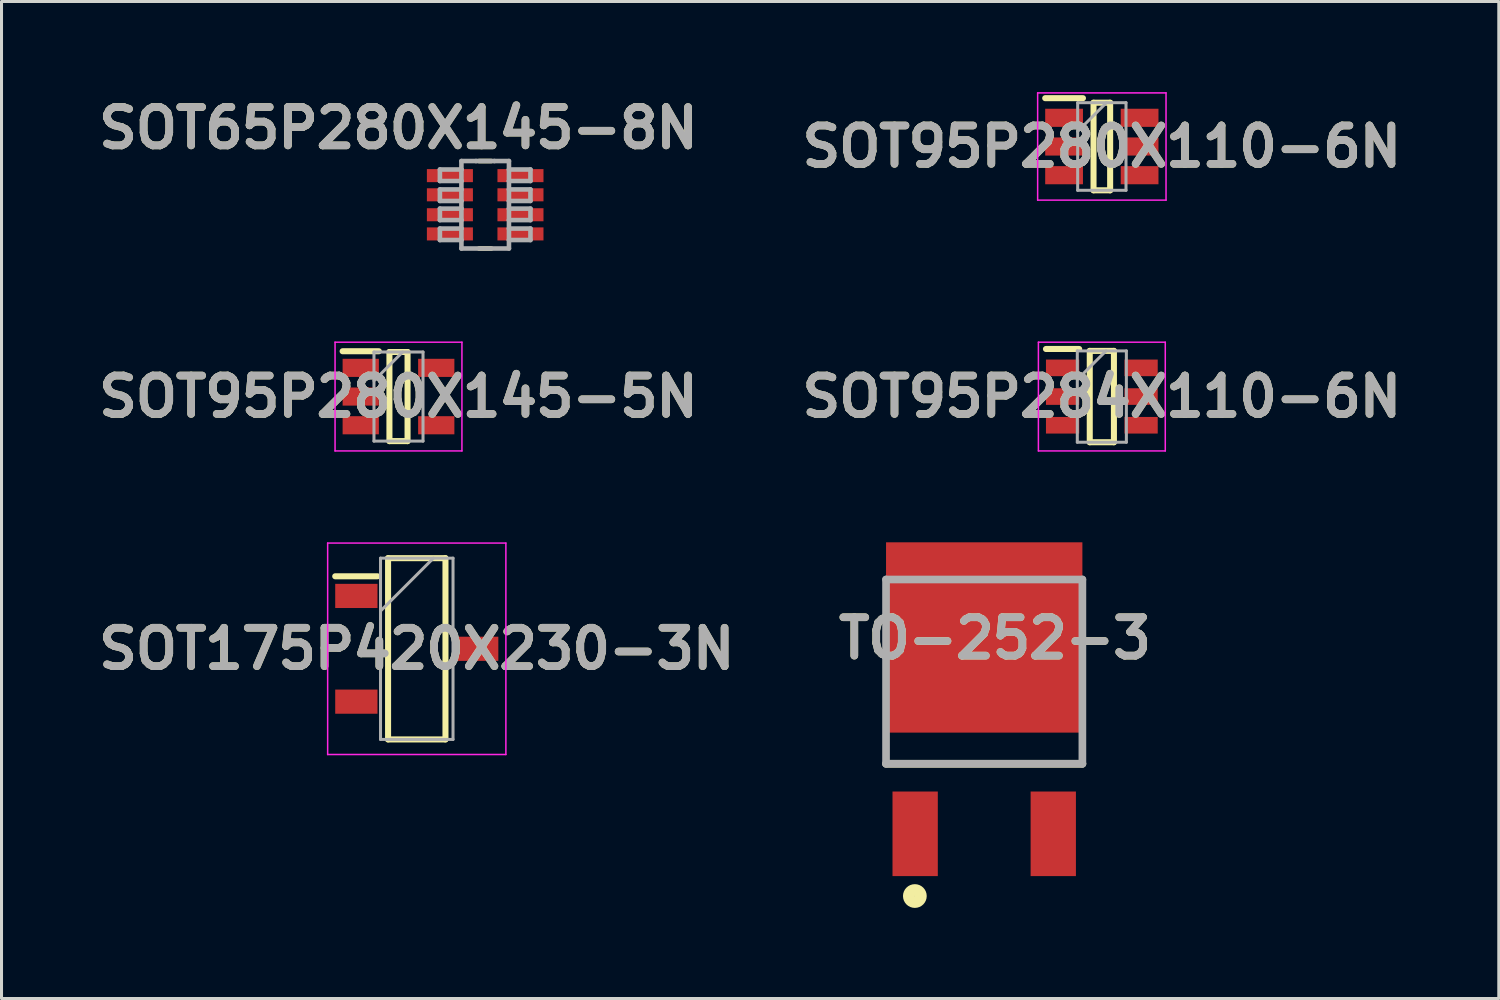
<source format=kicad_pcb>
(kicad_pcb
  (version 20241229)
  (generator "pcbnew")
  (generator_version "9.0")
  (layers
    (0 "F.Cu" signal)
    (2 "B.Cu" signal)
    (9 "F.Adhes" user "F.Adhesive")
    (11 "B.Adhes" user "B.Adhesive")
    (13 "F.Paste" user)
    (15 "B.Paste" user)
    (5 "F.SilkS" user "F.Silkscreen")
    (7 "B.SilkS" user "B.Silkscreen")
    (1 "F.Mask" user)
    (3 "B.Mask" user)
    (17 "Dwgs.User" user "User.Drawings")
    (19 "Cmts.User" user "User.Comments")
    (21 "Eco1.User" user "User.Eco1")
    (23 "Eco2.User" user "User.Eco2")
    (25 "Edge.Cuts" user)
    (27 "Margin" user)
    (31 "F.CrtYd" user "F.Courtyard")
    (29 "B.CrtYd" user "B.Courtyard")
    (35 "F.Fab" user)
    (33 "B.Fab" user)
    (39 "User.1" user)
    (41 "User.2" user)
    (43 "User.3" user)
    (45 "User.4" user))
  (footprint "SOT65P280X145-8N"
    (layer "F.Cu")
    (at 13.012 3.729)
    (property "Reference" "SOT65P280X145-8N" (at -2.87 -2.54 0) (layer "F.SilkS") (effects (font (size 1.27 1.27) (thickness 0.254))))
    (attr smd)
    (fp_line (start -0.203 1.448) (end 0.203 1.448) (stroke (width 0.152) (type solid)) (layer "F.SilkS"))
    (fp_line (start 0.203 -1.448) (end -0.203 -1.448) (stroke (width 0.152) (type solid)) (layer "F.SilkS"))
    (fp_line (start -1.499 -1.168) (end -1.499 -0.787) (stroke (width 0.152) (type solid)) (layer "F.Fab"))
    (fp_line (start -1.499 -0.787) (end -0.787 -0.787) (stroke (width 0.152) (type solid)) (layer "F.Fab"))
    (fp_line (start -1.499 -0.508) (end -1.499 -0.127) (stroke (width 0.152) (type solid)) (layer "F.Fab"))
    (fp_line (start -1.499 -0.127) (end -0.787 -0.127) (stroke (width 0.152) (type solid)) (layer "F.Fab"))
    (fp_line (start -1.499 0.127) (end -1.499 0.508) (stroke (width 0.152) (type solid)) (layer "F.Fab"))
    (fp_line (start -1.499 0.508) (end -0.787 0.508) (stroke (width 0.152) (type solid)) (layer "F.Fab"))
    (fp_line (start -1.499 0.787) (end -1.499 1.168) (stroke (width 0.152) (type solid)) (layer "F.Fab"))
    (fp_line (start -1.499 1.168) (end -0.787 1.168) (stroke (width 0.152) (type solid)) (layer "F.Fab"))
    (fp_line (start -0.787 -1.448) (end -0.787 -1.168) (stroke (width 0.152) (type solid)) (layer "F.Fab"))
    (fp_line (start -0.787 -1.168) (end -1.499 -1.168) (stroke (width 0.152) (type solid)) (layer "F.Fab"))
    (fp_line (start -0.787 -1.168) (end -0.787 -0.787) (stroke (width 0.152) (type solid)) (layer "F.Fab"))
    (fp_line (start -0.787 -0.787) (end -0.787 -0.508) (stroke (width 0.152) (type solid)) (layer "F.Fab"))
    (fp_line (start -0.787 -0.508) (end -1.499 -0.508) (stroke (width 0.152) (type solid)) (layer "F.Fab"))
    (fp_line (start -0.787 -0.508) (end -0.787 -0.127) (stroke (width 0.152) (type solid)) (layer "F.Fab"))
    (fp_line (start -0.787 -0.127) (end -0.787 0.127) (stroke (width 0.152) (type solid)) (layer "F.Fab"))
    (fp_line (start -0.787 0.127) (end -1.499 0.127) (stroke (width 0.152) (type solid)) (layer "F.Fab"))
    (fp_line (start -0.787 0.127) (end -0.787 0.508) (stroke (width 0.152) (type solid)) (layer "F.Fab"))
    (fp_line (start -0.787 0.508) (end -0.787 0.787) (stroke (width 0.152) (type solid)) (layer "F.Fab"))
    (fp_line (start -0.787 0.787) (end -1.499 0.787) (stroke (width 0.152) (type solid)) (layer "F.Fab"))
    (fp_line (start -0.787 1.168) (end -0.787 0.787) (stroke (width 0.152) (type solid)) (layer "F.Fab"))
    (fp_line (start -0.787 1.448) (end -0.787 1.168) (stroke (width 0.152) (type solid)) (layer "F.Fab"))
    (fp_line (start -0.787 1.448) (end 0.787 1.448) (stroke (width 0.152) (type solid)) (layer "F.Fab"))
    (fp_line (start -0.305 -1.448) (end -0.787 -1.448) (stroke (width 0.152) (type solid)) (layer "F.Fab"))
    (fp_line (start 0.305 -1.448) (end -0.305 -1.448) (stroke (width 0.152) (type solid)) (layer "F.Fab"))
    (fp_line (start 0.787 -1.448) (end 0.305 -1.448) (stroke (width 0.152) (type solid)) (layer "F.Fab"))
    (fp_line (start 0.787 -1.448) (end 0.787 -1.168) (stroke (width 0.152) (type solid)) (layer "F.Fab"))
    (fp_line (start 0.787 -1.168) (end 0.787 -0.787) (stroke (width 0.152) (type solid)) (layer "F.Fab"))
    (fp_line (start 0.787 -0.787) (end 1.499 -0.787) (stroke (width 0.152) (type solid)) (layer "F.Fab"))
    (fp_line (start 0.787 -0.508) (end 0.787 -0.787) (stroke (width 0.152) (type solid)) (layer "F.Fab"))
    (fp_line (start 0.787 -0.127) (end 0.787 -0.508) (stroke (width 0.152) (type solid)) (layer "F.Fab"))
    (fp_line (start 0.787 -0.127) (end 1.499 -0.127) (stroke (width 0.152) (type solid)) (layer "F.Fab"))
    (fp_line (start 0.787 0.127) (end 0.787 -0.127) (stroke (width 0.152) (type solid)) (layer "F.Fab"))
    (fp_line (start 0.787 0.508) (end 0.787 0.127) (stroke (width 0.152) (type solid)) (layer "F.Fab"))
    (fp_line (start 0.787 0.508) (end 1.499 0.508) (stroke (width 0.152) (type solid)) (layer "F.Fab"))
    (fp_line (start 0.787 0.787) (end 0.787 0.508) (stroke (width 0.152) (type solid)) (layer "F.Fab"))
    (fp_line (start 0.787 1.168) (end 0.787 0.787) (stroke (width 0.152) (type solid)) (layer "F.Fab"))
    (fp_line (start 0.787 1.168) (end 1.499 1.168) (stroke (width 0.152) (type solid)) (layer "F.Fab"))
    (fp_line (start 0.787 1.448) (end 0.787 1.168) (stroke (width 0.152) (type solid)) (layer "F.Fab"))
    (fp_line (start 1.499 -1.168) (end 0.787 -1.168) (stroke (width 0.152) (type solid)) (layer "F.Fab"))
    (fp_line (start 1.499 -0.787) (end 1.499 -1.168) (stroke (width 0.152) (type solid)) (layer "F.Fab"))
    (fp_line (start 1.499 -0.508) (end 0.787 -0.508) (stroke (width 0.152) (type solid)) (layer "F.Fab"))
    (fp_line (start 1.499 -0.127) (end 1.499 -0.508) (stroke (width 0.152) (type solid)) (layer "F.Fab"))
    (fp_line (start 1.499 0.127) (end 0.787 0.127) (stroke (width 0.152) (type solid)) (layer "F.Fab"))
    (fp_line (start 1.499 0.508) (end 1.499 0.127) (stroke (width 0.152) (type solid)) (layer "F.Fab"))
    (fp_line (start 1.499 0.787) (end 0.787 0.787) (stroke (width 0.152) (type solid)) (layer "F.Fab"))
    (fp_line (start 1.499 1.168) (end 1.499 0.787) (stroke (width 0.152) (type solid)) (layer "F.Fab"))
    (fp_text user "${REFERENCE}" (at -2.87 -2.54 0) (layer "F.Fab") (effects (font (size 1.27 1.27) (thickness 0.254))))
    (pad "1" smd rect (at -1.168 -0.965 90) (size 0.432 1.524) (layers "F.Cu" "F.Mask" "F.Paste"))
    (pad "2" smd rect (at -1.168 -0.33 90) (size 0.432 1.524) (layers "F.Cu" "F.Mask" "F.Paste"))
    (pad "3" smd rect (at -1.168 0.33 90) (size 0.432 1.524) (layers "F.Cu" "F.Mask" "F.Paste"))
    (pad "4" smd rect (at -1.168 0.965 90) (size 0.432 1.524) (layers "F.Cu" "F.Mask" "F.Paste"))
    (pad "5" smd rect (at 1.168 0.965 90) (size 0.432 1.524) (layers "F.Cu" "F.Mask" "F.Paste"))
    (pad "6" smd rect (at 1.168 0.33 90) (size 0.432 1.524) (layers "F.Cu" "F.Mask" "F.Paste"))
    (pad "7" smd rect (at 1.168 -0.33 90) (size 0.432 1.524) (layers "F.Cu" "F.Mask" "F.Paste"))
    (pad "8" smd rect (at 1.168 -0.965 90) (size 0.432 1.524) (layers "F.Cu" "F.Mask" "F.Paste")))
  (footprint "SOT95P280X110-6N"
    (layer "F.Cu")
    (at 33.426 1.8)
    (property "Reference" "SOT95P280X110-6N" (at 0 0 0) (layer "F.SilkS") (effects (font (size 1.27 1.27) (thickness 0.254))))
    (attr smd)
    (fp_line (start -1.875 -1.6) (end -0.625 -1.6) (stroke (width 0.2) (type solid)) (layer "F.SilkS"))
    (fp_line (start -0.275 -1.45) (end 0.275 -1.45) (stroke (width 0.2) (type solid)) (layer "F.SilkS"))
    (fp_line (start -0.275 1.45) (end -0.275 -1.45) (stroke (width 0.2) (type solid)) (layer "F.SilkS"))
    (fp_line (start 0.275 -1.45) (end 0.275 1.45) (stroke (width 0.2) (type solid)) (layer "F.SilkS"))
    (fp_line (start 0.275 1.45) (end -0.275 1.45) (stroke (width 0.2) (type solid)) (layer "F.SilkS"))
    (fp_line (start -2.125 -1.775) (end 2.125 -1.775) (stroke (width 0.05) (type solid)) (layer "F.CrtYd"))
    (fp_line (start -2.125 1.775) (end -2.125 -1.775) (stroke (width 0.05) (type solid)) (layer "F.CrtYd"))
    (fp_line (start 2.125 -1.775) (end 2.125 1.775) (stroke (width 0.05) (type solid)) (layer "F.CrtYd"))
    (fp_line (start 2.125 1.775) (end -2.125 1.775) (stroke (width 0.05) (type solid)) (layer "F.CrtYd"))
    (fp_line (start -0.8 -1.45) (end 0.8 -1.45) (stroke (width 0.1) (type solid)) (layer "F.Fab"))
    (fp_line (start -0.8 -0.5) (end 0.15 -1.45) (stroke (width 0.1) (type solid)) (layer "F.Fab"))
    (fp_line (start -0.8 1.45) (end -0.8 -1.45) (stroke (width 0.1) (type solid)) (layer "F.Fab"))
    (fp_line (start 0.8 -1.45) (end 0.8 1.45) (stroke (width 0.1) (type solid)) (layer "F.Fab"))
    (fp_line (start 0.8 1.45) (end -0.8 1.45) (stroke (width 0.1) (type solid)) (layer "F.Fab"))
    (fp_text user "${REFERENCE}" (at 0 0 0) (layer "F.Fab") (effects (font (size 1.27 1.27) (thickness 0.254))))
    (pad "1" smd rect (at -1.25 -0.95 90) (size 0.6 1.25) (layers "F.Cu" "F.Mask" "F.Paste"))
    (pad "2" smd rect (at -1.25 0 90) (size 0.6 1.25) (layers "F.Cu" "F.Mask" "F.Paste"))
    (pad "3" smd rect (at -1.25 0.95 90) (size 0.6 1.25) (layers "F.Cu" "F.Mask" "F.Paste"))
    (pad "4" smd rect (at 1.25 0.95 90) (size 0.6 1.25) (layers "F.Cu" "F.Mask" "F.Paste"))
    (pad "5" smd rect (at 1.25 0 90) (size 0.6 1.25) (layers "F.Cu" "F.Mask" "F.Paste"))
    (pad "6" smd rect (at 1.25 -0.95 90) (size 0.6 1.25) (layers "F.Cu" "F.Mask" "F.Paste")))
  (footprint "SOT95P284X110-6N"
    (layer "F.Cu")
    (at 33.426 10.078)
    (property "Reference" "SOT95P284X110-6N" (at 0 0 0) (layer "F.SilkS") (effects (font (size 1.27 1.27) (thickness 0.254))))
    (attr smd)
    (fp_line (start -1.85 -1.575) (end -0.75 -1.575) (stroke (width 0.2) (type solid)) (layer "F.SilkS"))
    (fp_line (start -0.4 -1.512) (end 0.4 -1.512) (stroke (width 0.2) (type solid)) (layer "F.SilkS"))
    (fp_line (start -0.4 1.512) (end -0.4 -1.512) (stroke (width 0.2) (type solid)) (layer "F.SilkS"))
    (fp_line (start 0.4 -1.512) (end 0.4 1.512) (stroke (width 0.2) (type solid)) (layer "F.SilkS"))
    (fp_line (start 0.4 1.512) (end -0.4 1.512) (stroke (width 0.2) (type solid)) (layer "F.SilkS"))
    (fp_line (start -2.1 -1.8) (end 2.1 -1.8) (stroke (width 0.05) (type solid)) (layer "F.CrtYd"))
    (fp_line (start -2.1 1.8) (end -2.1 -1.8) (stroke (width 0.05) (type solid)) (layer "F.CrtYd"))
    (fp_line (start 2.1 -1.8) (end 2.1 1.8) (stroke (width 0.05) (type solid)) (layer "F.CrtYd"))
    (fp_line (start 2.1 1.8) (end -2.1 1.8) (stroke (width 0.05) (type solid)) (layer "F.CrtYd"))
    (fp_line (start -0.812 -1.512) (end 0.812 -1.512) (stroke (width 0.1) (type solid)) (layer "F.Fab"))
    (fp_line (start -0.812 -0.562) (end 0.138 -1.512) (stroke (width 0.1) (type solid)) (layer "F.Fab"))
    (fp_line (start -0.812 1.512) (end -0.812 -1.512) (stroke (width 0.1) (type solid)) (layer "F.Fab"))
    (fp_line (start 0.812 -1.512) (end 0.812 1.512) (stroke (width 0.1) (type solid)) (layer "F.Fab"))
    (fp_line (start 0.812 1.512) (end -0.812 1.512) (stroke (width 0.1) (type solid)) (layer "F.Fab"))
    (fp_text user "${REFERENCE}" (at 0 0 0) (layer "F.Fab") (effects (font (size 1.27 1.27) (thickness 0.254))))
    (pad "1" smd rect (at -1.3 -0.95 90) (size 0.55 1.1) (layers "F.Cu" "F.Mask" "F.Paste"))
    (pad "2" smd rect (at -1.3 0 90) (size 0.55 1.1) (layers "F.Cu" "F.Mask" "F.Paste"))
    (pad "3" smd rect (at -1.3 0.95 90) (size 0.55 1.1) (layers "F.Cu" "F.Mask" "F.Paste"))
    (pad "4" smd rect (at 1.3 0.95 90) (size 0.55 1.1) (layers "F.Cu" "F.Mask" "F.Paste"))
    (pad "5" smd rect (at 1.3 0 90) (size 0.55 1.1) (layers "F.Cu" "F.Mask" "F.Paste"))
    (pad "6" smd rect (at 1.3 -0.95 90) (size 0.55 1.1) (layers "F.Cu" "F.Mask" "F.Paste")))
  (footprint "TO-252-3"
    (layer "F.Cu")
    (at 29.532 18.053)
    (property "Reference" "TO-252-3" (at 0.356 0.027 0) (layer "F.SilkS") (effects (font (size 1.27 1.27) (thickness 0.254))))
    (attr smd)
    (fp_line (start -3.25 4.181) (end 3.25 4.181) (stroke (width 0.254) (type solid)) (layer "F.SilkS"))
    (fp_circle (center -2.296 8.56) (end -2.296 8.758) (stroke (width 0.39) (type solid)) (fill no) (layer "F.SilkS"))
    (fp_line (start -3.25 -1.919) (end 3.25 -1.919) (stroke (width 0.254) (type solid)) (layer "F.Fab"))
    (fp_line (start -3.25 4.181) (end -3.25 -1.919) (stroke (width 0.254) (type solid)) (layer "F.Fab"))
    (fp_line (start 3.25 -1.919) (end 3.25 4.181) (stroke (width 0.254) (type solid)) (layer "F.Fab"))
    (fp_line (start 3.25 4.181) (end -3.25 4.181) (stroke (width 0.254) (type solid)) (layer "F.Fab"))
    (fp_text user "${REFERENCE}" (at 0.356 0.027 0) (layer "F.Fab") (effects (font (size 1.27 1.27) (thickness 0.254))))
    (pad "1" smd rect (at -2.286 6.5) (size 1.5 2.8) (layers "F.Cu" "F.Mask" "F.Paste"))
    (pad "2" smd rect (at 2.286 6.5) (size 1.5 2.8) (layers "F.Cu" "F.Mask" "F.Paste"))
    (pad "3" smd rect (at 0 0 90) (size 6.3 6.5) (layers "F.Cu" "F.Mask" "F.Paste")))
  (footprint "SOT95P280X145-5N"
    (layer "F.Cu")
    (at 10.142 10.078)
    (property "Reference" "SOT95P280X145-5N" (at 0 0 0) (layer "F.SilkS") (effects (font (size 1.27 1.27) (thickness 0.254))))
    (attr smd)
    (fp_line (start -1.85 -1.5) (end -0.65 -1.5) (stroke (width 0.2) (type solid)) (layer "F.SilkS"))
    (fp_line (start -0.3 -1.475) (end 0.3 -1.475) (stroke (width 0.2) (type solid)) (layer "F.SilkS"))
    (fp_line (start -0.3 1.475) (end -0.3 -1.475) (stroke (width 0.2) (type solid)) (layer "F.SilkS"))
    (fp_line (start 0.3 -1.475) (end 0.3 1.475) (stroke (width 0.2) (type solid)) (layer "F.SilkS"))
    (fp_line (start 0.3 1.475) (end -0.3 1.475) (stroke (width 0.2) (type solid)) (layer "F.SilkS"))
    (fp_line (start -2.1 -1.8) (end 2.1 -1.8) (stroke (width 0.05) (type solid)) (layer "F.CrtYd"))
    (fp_line (start -2.1 1.8) (end -2.1 -1.8) (stroke (width 0.05) (type solid)) (layer "F.CrtYd"))
    (fp_line (start 2.1 -1.8) (end 2.1 1.8) (stroke (width 0.05) (type solid)) (layer "F.CrtYd"))
    (fp_line (start 2.1 1.8) (end -2.1 1.8) (stroke (width 0.05) (type solid)) (layer "F.CrtYd"))
    (fp_line (start -0.812 -1.475) (end 0.812 -1.475) (stroke (width 0.1) (type solid)) (layer "F.Fab"))
    (fp_line (start -0.812 -0.525) (end 0.138 -1.475) (stroke (width 0.1) (type solid)) (layer "F.Fab"))
    (fp_line (start -0.812 1.475) (end -0.812 -1.475) (stroke (width 0.1) (type solid)) (layer "F.Fab"))
    (fp_line (start 0.812 -1.475) (end 0.812 1.475) (stroke (width 0.1) (type solid)) (layer "F.Fab"))
    (fp_line (start 0.812 1.475) (end -0.812 1.475) (stroke (width 0.1) (type solid)) (layer "F.Fab"))
    (fp_text user "${REFERENCE}" (at 0 0 0) (layer "F.Fab") (effects (font (size 1.27 1.27) (thickness 0.254))))
    (pad "1" smd rect (at -1.25 -0.95 90) (size 0.6 1.2) (layers "F.Cu" "F.Mask" "F.Paste"))
    (pad "2" smd rect (at -1.25 0 90) (size 0.6 1.2) (layers "F.Cu" "F.Mask" "F.Paste"))
    (pad "3" smd rect (at -1.25 0.95 90) (size 0.6 1.2) (layers "F.Cu" "F.Mask" "F.Paste"))
    (pad "4" smd rect (at 1.25 0.95 90) (size 0.6 1.2) (layers "F.Cu" "F.Mask" "F.Paste"))
    (pad "5" smd rect (at 1.25 -0.95 90) (size 0.6 1.2) (layers "F.Cu" "F.Mask" "F.Paste")))
  (footprint "SOT175P420X230-3N"
    (layer "F.Cu")
    (at 10.747 18.428)
    (property "Reference" "SOT175P420X230-3N" (at 0 0 0) (layer "F.SilkS") (effects (font (size 1.27 1.27) (thickness 0.254))))
    (attr smd)
    (fp_line (start -2.7 -2.4) (end -1.3 -2.4) (stroke (width 0.2) (type solid)) (layer "F.SilkS"))
    (fp_line (start -0.95 -3) (end 0.95 -3) (stroke (width 0.2) (type solid)) (layer "F.SilkS"))
    (fp_line (start -0.95 3) (end -0.95 -3) (stroke (width 0.2) (type solid)) (layer "F.SilkS"))
    (fp_line (start 0.95 -3) (end 0.95 3) (stroke (width 0.2) (type solid)) (layer "F.SilkS"))
    (fp_line (start 0.95 3) (end -0.95 3) (stroke (width 0.2) (type solid)) (layer "F.SilkS"))
    (fp_line (start -2.95 -3.5) (end 2.95 -3.5) (stroke (width 0.05) (type solid)) (layer "F.CrtYd"))
    (fp_line (start -2.95 3.5) (end -2.95 -3.5) (stroke (width 0.05) (type solid)) (layer "F.CrtYd"))
    (fp_line (start 2.95 -3.5) (end 2.95 3.5) (stroke (width 0.05) (type solid)) (layer "F.CrtYd"))
    (fp_line (start 2.95 3.5) (end -2.95 3.5) (stroke (width 0.05) (type solid)) (layer "F.CrtYd"))
    (fp_line (start -1.2 -3) (end 1.2 -3) (stroke (width 0.1) (type solid)) (layer "F.Fab"))
    (fp_line (start -1.2 -1.25) (end 0.55 -3) (stroke (width 0.1) (type solid)) (layer "F.Fab"))
    (fp_line (start -1.2 3) (end -1.2 -3) (stroke (width 0.1) (type solid)) (layer "F.Fab"))
    (fp_line (start 1.2 -3) (end 1.2 3) (stroke (width 0.1) (type solid)) (layer "F.Fab"))
    (fp_line (start 1.2 3) (end -1.2 3) (stroke (width 0.1) (type solid)) (layer "F.Fab"))
    (fp_text user "${REFERENCE}" (at 0 0 0) (layer "F.Fab") (effects (font (size 1.27 1.27) (thickness 0.254))))
    (pad "1" smd rect (at -2 -1.75 90) (size 0.8 1.4) (layers "F.Cu" "F.Mask" "F.Paste"))
    (pad "2" smd rect (at -2 1.75 90) (size 0.8 1.4) (layers "F.Cu" "F.Mask" "F.Paste"))
    (pad "3" smd rect (at 2 0 90) (size 0.8 1.4) (layers "F.Cu" "F.Mask" "F.Paste")))
  (gr_rect
    (start -3 -3)
    (end 46.567 30.006)
    (stroke (width 0.1) (type default))
    (fill no)
    (layer "Edge.Cuts")))
</source>
